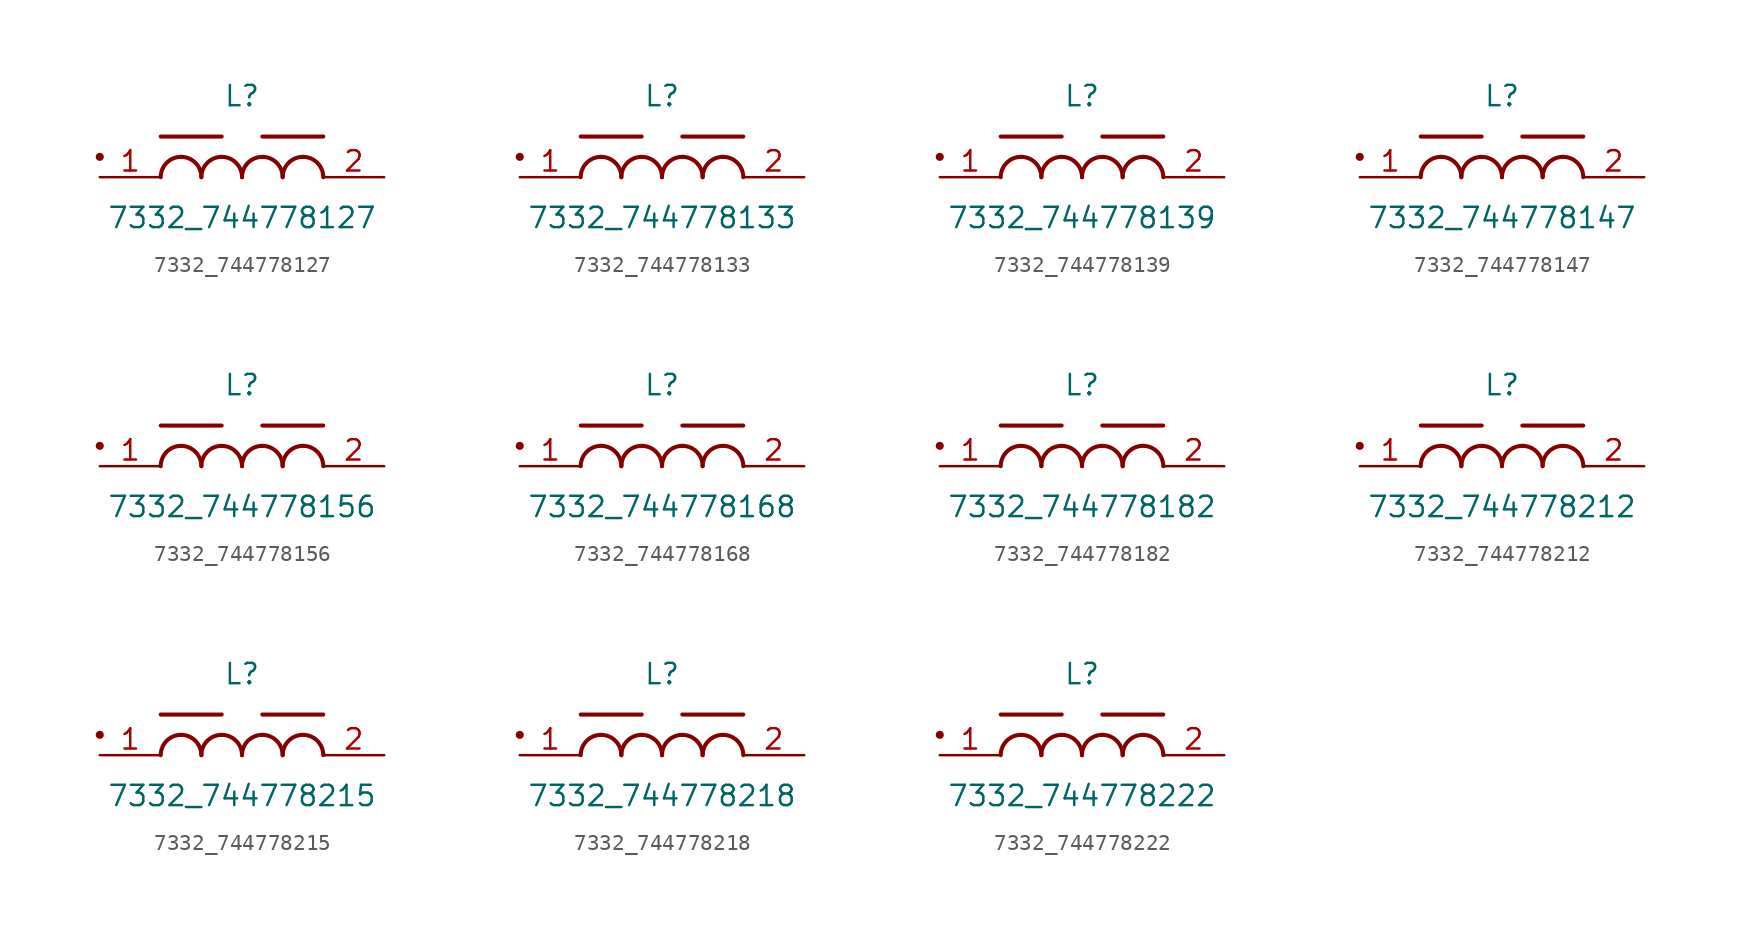
<source format=kicad_sym>
(kicad_symbol_lib
  (version 20211014)
  (generator kicad_symbol_editor)
  (symbol "Inductor_Wurth_WE-PD:7332_744778127"
    (pin_names hide)
    (property "Reference" "L"
      (at 0 5.08 0)
      (effects (font (size 1.27 1.27))))
    (property "Value" "7332_744778127"
      (at 0 -2.54 0)
      (effects (font (size 1.27 1.27))))
    (symbol "7332_744778127_0_1"
      (circle (center -8.89 1.27) (radius 0.0001) (stroke (width 0.254)) (stroke (width 0.254) (type default) (color 0 0 0 0)) (fill (type none)))
      (arc (start -3.81 1.27) (mid -4.708 0.898) (end -5.08 0) (stroke (width 0.254) (type default) (color 0 0 0 0)) (fill (type none)))
      (arc (start -2.54 0) (mid -2.912 0.898) (end -3.81 1.27) (stroke (width 0.254) (type default) (color 0 0 0 0)) (fill (type none)))
      (arc (start -1.2699 1.2701) (mid -2.1679 0.8981) (end -2.5399 0.0001) (stroke (width 0.254) (type default) (color 0 0 0 0)) (fill (type none)))
      (polyline (pts (xy -5.08 2.54) (xy -1.27 2.54)) (stroke (width 0.254) (type default) (color 0 0 0 0)) (fill (type none)))
      (polyline (pts (xy 5.08 2.54) (xy 1.27 2.54)) (stroke (width 0.254) (type default) (color 0 0 0 0)) (fill (type none)))
      (arc (start 0.0001 0.0001) (mid -0.3719 0.8981) (end -1.2699 1.2701) (stroke (width 0.254) (type default) (color 0 0 0 0)) (fill (type none)))
      (arc (start 1.2701 1.2701) (mid 0.3721 0.8981) (end 0.0001 0.0001) (stroke (width 0.254) (type default) (color 0 0 0 0)) (fill (type none)))
      (arc (start 2.5401 0.0001) (mid 2.1681 0.8981) (end 1.2701 1.2701) (stroke (width 0.254) (type default) (color 0 0 0 0)) (fill (type none)))
      (arc (start 3.8101 1.2701) (mid 2.9121 0.8981) (end 2.5401 0.0001) (stroke (width 0.254) (type default) (color 0 0 0 0)) (fill (type none)))
      (arc (start 5.0801 0.0001) (mid 4.7081 0.8981) (end 3.8101 1.2701) (stroke (width 0.254) (type default) (color 0 0 0 0)) (fill (type none))))
    (symbol "7332_744778127_1_1"
      (pin passive line (at -8.89 0 0) (length 3.81) (name "1" (effects (font (size 1.27 1.27)))) (number "1" (effects (font (size 1.27 1.27)))))
      (pin passive line (at 8.89 0 180) (length 3.81) (name "2" (effects (font (size 1.27 1.27)))) (number "2" (effects (font (size 1.27 1.27)))))))
  (symbol "Inductor_Wurth_WE-PD:7332_744778133"
    (pin_names hide)
    (property "Reference" "L"
      (at 0 5.08 0)
      (effects (font (size 1.27 1.27))))
    (property "Value" "7332_744778133"
      (at 0 -2.54 0)
      (effects (font (size 1.27 1.27))))
    (symbol "7332_744778133_0_1"
      (circle (center -8.89 1.27) (radius 0.0001) (stroke (width 0.254)) (stroke (width 0.254) (type default) (color 0 0 0 0)) (fill (type none)))
      (arc (start -3.81 1.27) (mid -4.708 0.898) (end -5.08 0) (stroke (width 0.254) (type default) (color 0 0 0 0)) (fill (type none)))
      (arc (start -2.54 0) (mid -2.912 0.898) (end -3.81 1.27) (stroke (width 0.254) (type default) (color 0 0 0 0)) (fill (type none)))
      (arc (start -1.2699 1.2701) (mid -2.1679 0.8981) (end -2.5399 0.0001) (stroke (width 0.254) (type default) (color 0 0 0 0)) (fill (type none)))
      (polyline (pts (xy -5.08 2.54) (xy -1.27 2.54)) (stroke (width 0.254) (type default) (color 0 0 0 0)) (fill (type none)))
      (polyline (pts (xy 5.08 2.54) (xy 1.27 2.54)) (stroke (width 0.254) (type default) (color 0 0 0 0)) (fill (type none)))
      (arc (start 0.0001 0.0001) (mid -0.3719 0.8981) (end -1.2699 1.2701) (stroke (width 0.254) (type default) (color 0 0 0 0)) (fill (type none)))
      (arc (start 1.2701 1.2701) (mid 0.3721 0.8981) (end 0.0001 0.0001) (stroke (width 0.254) (type default) (color 0 0 0 0)) (fill (type none)))
      (arc (start 2.5401 0.0001) (mid 2.1681 0.8981) (end 1.2701 1.2701) (stroke (width 0.254) (type default) (color 0 0 0 0)) (fill (type none)))
      (arc (start 3.8101 1.2701) (mid 2.9121 0.8981) (end 2.5401 0.0001) (stroke (width 0.254) (type default) (color 0 0 0 0)) (fill (type none)))
      (arc (start 5.0801 0.0001) (mid 4.7081 0.8981) (end 3.8101 1.2701) (stroke (width 0.254) (type default) (color 0 0 0 0)) (fill (type none))))
    (symbol "7332_744778133_1_1"
      (pin passive line (at -8.89 0 0) (length 3.81) (name "1" (effects (font (size 1.27 1.27)))) (number "1" (effects (font (size 1.27 1.27)))))
      (pin passive line (at 8.89 0 180) (length 3.81) (name "2" (effects (font (size 1.27 1.27)))) (number "2" (effects (font (size 1.27 1.27)))))))
  (symbol "Inductor_Wurth_WE-PD:7332_744778139"
    (pin_names hide)
    (property "Reference" "L"
      (at 0 5.08 0)
      (effects (font (size 1.27 1.27))))
    (property "Value" "7332_744778139"
      (at 0 -2.54 0)
      (effects (font (size 1.27 1.27))))
    (symbol "7332_744778139_0_1"
      (circle (center -8.89 1.27) (radius 0.0001) (stroke (width 0.254)) (stroke (width 0.254) (type default) (color 0 0 0 0)) (fill (type none)))
      (arc (start -3.81 1.27) (mid -4.708 0.898) (end -5.08 0) (stroke (width 0.254) (type default) (color 0 0 0 0)) (fill (type none)))
      (arc (start -2.54 0) (mid -2.912 0.898) (end -3.81 1.27) (stroke (width 0.254) (type default) (color 0 0 0 0)) (fill (type none)))
      (arc (start -1.2699 1.2701) (mid -2.1679 0.8981) (end -2.5399 0.0001) (stroke (width 0.254) (type default) (color 0 0 0 0)) (fill (type none)))
      (polyline (pts (xy -5.08 2.54) (xy -1.27 2.54)) (stroke (width 0.254) (type default) (color 0 0 0 0)) (fill (type none)))
      (polyline (pts (xy 5.08 2.54) (xy 1.27 2.54)) (stroke (width 0.254) (type default) (color 0 0 0 0)) (fill (type none)))
      (arc (start 0.0001 0.0001) (mid -0.3719 0.8981) (end -1.2699 1.2701) (stroke (width 0.254) (type default) (color 0 0 0 0)) (fill (type none)))
      (arc (start 1.2701 1.2701) (mid 0.3721 0.8981) (end 0.0001 0.0001) (stroke (width 0.254) (type default) (color 0 0 0 0)) (fill (type none)))
      (arc (start 2.5401 0.0001) (mid 2.1681 0.8981) (end 1.2701 1.2701) (stroke (width 0.254) (type default) (color 0 0 0 0)) (fill (type none)))
      (arc (start 3.8101 1.2701) (mid 2.9121 0.8981) (end 2.5401 0.0001) (stroke (width 0.254) (type default) (color 0 0 0 0)) (fill (type none)))
      (arc (start 5.0801 0.0001) (mid 4.7081 0.8981) (end 3.8101 1.2701) (stroke (width 0.254) (type default) (color 0 0 0 0)) (fill (type none))))
    (symbol "7332_744778139_1_1"
      (pin passive line (at -8.89 0 0) (length 3.81) (name "1" (effects (font (size 1.27 1.27)))) (number "1" (effects (font (size 1.27 1.27)))))
      (pin passive line (at 8.89 0 180) (length 3.81) (name "2" (effects (font (size 1.27 1.27)))) (number "2" (effects (font (size 1.27 1.27)))))))
  (symbol "Inductor_Wurth_WE-PD:7332_744778147"
    (pin_names hide)
    (property "Reference" "L"
      (at 0 5.08 0)
      (effects (font (size 1.27 1.27))))
    (property "Value" "7332_744778147"
      (at 0 -2.54 0)
      (effects (font (size 1.27 1.27))))
    (symbol "7332_744778147_0_1"
      (circle (center -8.89 1.27) (radius 0.0001) (stroke (width 0.254)) (stroke (width 0.254) (type default) (color 0 0 0 0)) (fill (type none)))
      (arc (start -3.81 1.27) (mid -4.708 0.898) (end -5.08 0) (stroke (width 0.254) (type default) (color 0 0 0 0)) (fill (type none)))
      (arc (start -2.54 0) (mid -2.912 0.898) (end -3.81 1.27) (stroke (width 0.254) (type default) (color 0 0 0 0)) (fill (type none)))
      (arc (start -1.2699 1.2701) (mid -2.1679 0.8981) (end -2.5399 0.0001) (stroke (width 0.254) (type default) (color 0 0 0 0)) (fill (type none)))
      (polyline (pts (xy -5.08 2.54) (xy -1.27 2.54)) (stroke (width 0.254) (type default) (color 0 0 0 0)) (fill (type none)))
      (polyline (pts (xy 5.08 2.54) (xy 1.27 2.54)) (stroke (width 0.254) (type default) (color 0 0 0 0)) (fill (type none)))
      (arc (start 0.0001 0.0001) (mid -0.3719 0.8981) (end -1.2699 1.2701) (stroke (width 0.254) (type default) (color 0 0 0 0)) (fill (type none)))
      (arc (start 1.2701 1.2701) (mid 0.3721 0.8981) (end 0.0001 0.0001) (stroke (width 0.254) (type default) (color 0 0 0 0)) (fill (type none)))
      (arc (start 2.5401 0.0001) (mid 2.1681 0.8981) (end 1.2701 1.2701) (stroke (width 0.254) (type default) (color 0 0 0 0)) (fill (type none)))
      (arc (start 3.8101 1.2701) (mid 2.9121 0.8981) (end 2.5401 0.0001) (stroke (width 0.254) (type default) (color 0 0 0 0)) (fill (type none)))
      (arc (start 5.0801 0.0001) (mid 4.7081 0.8981) (end 3.8101 1.2701) (stroke (width 0.254) (type default) (color 0 0 0 0)) (fill (type none))))
    (symbol "7332_744778147_1_1"
      (pin passive line (at -8.89 0 0) (length 3.81) (name "1" (effects (font (size 1.27 1.27)))) (number "1" (effects (font (size 1.27 1.27)))))
      (pin passive line (at 8.89 0 180) (length 3.81) (name "2" (effects (font (size 1.27 1.27)))) (number "2" (effects (font (size 1.27 1.27)))))))
  (symbol "Inductor_Wurth_WE-PD:7332_744778156"
    (pin_names hide)
    (property "Reference" "L"
      (at 0 5.08 0)
      (effects (font (size 1.27 1.27))))
    (property "Value" "7332_744778156"
      (at 0 -2.54 0)
      (effects (font (size 1.27 1.27))))
    (symbol "7332_744778156_0_1"
      (circle (center -8.89 1.27) (radius 0.0001) (stroke (width 0.254)) (stroke (width 0.254) (type default) (color 0 0 0 0)) (fill (type none)))
      (arc (start -3.81 1.27) (mid -4.708 0.898) (end -5.08 0) (stroke (width 0.254) (type default) (color 0 0 0 0)) (fill (type none)))
      (arc (start -2.54 0) (mid -2.912 0.898) (end -3.81 1.27) (stroke (width 0.254) (type default) (color 0 0 0 0)) (fill (type none)))
      (arc (start -1.2699 1.2701) (mid -2.1679 0.8981) (end -2.5399 0.0001) (stroke (width 0.254) (type default) (color 0 0 0 0)) (fill (type none)))
      (polyline (pts (xy -5.08 2.54) (xy -1.27 2.54)) (stroke (width 0.254) (type default) (color 0 0 0 0)) (fill (type none)))
      (polyline (pts (xy 5.08 2.54) (xy 1.27 2.54)) (stroke (width 0.254) (type default) (color 0 0 0 0)) (fill (type none)))
      (arc (start 0.0001 0.0001) (mid -0.3719 0.8981) (end -1.2699 1.2701) (stroke (width 0.254) (type default) (color 0 0 0 0)) (fill (type none)))
      (arc (start 1.2701 1.2701) (mid 0.3721 0.8981) (end 0.0001 0.0001) (stroke (width 0.254) (type default) (color 0 0 0 0)) (fill (type none)))
      (arc (start 2.5401 0.0001) (mid 2.1681 0.8981) (end 1.2701 1.2701) (stroke (width 0.254) (type default) (color 0 0 0 0)) (fill (type none)))
      (arc (start 3.8101 1.2701) (mid 2.9121 0.8981) (end 2.5401 0.0001) (stroke (width 0.254) (type default) (color 0 0 0 0)) (fill (type none)))
      (arc (start 5.0801 0.0001) (mid 4.7081 0.8981) (end 3.8101 1.2701) (stroke (width 0.254) (type default) (color 0 0 0 0)) (fill (type none))))
    (symbol "7332_744778156_1_1"
      (pin passive line (at -8.89 0 0) (length 3.81) (name "1" (effects (font (size 1.27 1.27)))) (number "1" (effects (font (size 1.27 1.27)))))
      (pin passive line (at 8.89 0 180) (length 3.81) (name "2" (effects (font (size 1.27 1.27)))) (number "2" (effects (font (size 1.27 1.27)))))))
  (symbol "Inductor_Wurth_WE-PD:7332_744778168"
    (pin_names hide)
    (property "Reference" "L"
      (at 0 5.08 0)
      (effects (font (size 1.27 1.27))))
    (property "Value" "7332_744778168"
      (at 0 -2.54 0)
      (effects (font (size 1.27 1.27))))
    (symbol "7332_744778168_0_1"
      (circle (center -8.89 1.27) (radius 0.0001) (stroke (width 0.254)) (stroke (width 0.254) (type default) (color 0 0 0 0)) (fill (type none)))
      (arc (start -3.81 1.27) (mid -4.708 0.898) (end -5.08 0) (stroke (width 0.254) (type default) (color 0 0 0 0)) (fill (type none)))
      (arc (start -2.54 0) (mid -2.912 0.898) (end -3.81 1.27) (stroke (width 0.254) (type default) (color 0 0 0 0)) (fill (type none)))
      (arc (start -1.2699 1.2701) (mid -2.1679 0.8981) (end -2.5399 0.0001) (stroke (width 0.254) (type default) (color 0 0 0 0)) (fill (type none)))
      (polyline (pts (xy -5.08 2.54) (xy -1.27 2.54)) (stroke (width 0.254) (type default) (color 0 0 0 0)) (fill (type none)))
      (polyline (pts (xy 5.08 2.54) (xy 1.27 2.54)) (stroke (width 0.254) (type default) (color 0 0 0 0)) (fill (type none)))
      (arc (start 0.0001 0.0001) (mid -0.3719 0.8981) (end -1.2699 1.2701) (stroke (width 0.254) (type default) (color 0 0 0 0)) (fill (type none)))
      (arc (start 1.2701 1.2701) (mid 0.3721 0.8981) (end 0.0001 0.0001) (stroke (width 0.254) (type default) (color 0 0 0 0)) (fill (type none)))
      (arc (start 2.5401 0.0001) (mid 2.1681 0.8981) (end 1.2701 1.2701) (stroke (width 0.254) (type default) (color 0 0 0 0)) (fill (type none)))
      (arc (start 3.8101 1.2701) (mid 2.9121 0.8981) (end 2.5401 0.0001) (stroke (width 0.254) (type default) (color 0 0 0 0)) (fill (type none)))
      (arc (start 5.0801 0.0001) (mid 4.7081 0.8981) (end 3.8101 1.2701) (stroke (width 0.254) (type default) (color 0 0 0 0)) (fill (type none))))
    (symbol "7332_744778168_1_1"
      (pin passive line (at -8.89 0 0) (length 3.81) (name "1" (effects (font (size 1.27 1.27)))) (number "1" (effects (font (size 1.27 1.27)))))
      (pin passive line (at 8.89 0 180) (length 3.81) (name "2" (effects (font (size 1.27 1.27)))) (number "2" (effects (font (size 1.27 1.27)))))))
  (symbol "Inductor_Wurth_WE-PD:7332_744778182"
    (pin_names hide)
    (property "Reference" "L"
      (at 0 5.08 0)
      (effects (font (size 1.27 1.27))))
    (property "Value" "7332_744778182"
      (at 0 -2.54 0)
      (effects (font (size 1.27 1.27))))
    (symbol "7332_744778182_0_1"
      (circle (center -8.89 1.27) (radius 0.0001) (stroke (width 0.254)) (stroke (width 0.254) (type default) (color 0 0 0 0)) (fill (type none)))
      (arc (start -3.81 1.27) (mid -4.708 0.898) (end -5.08 0) (stroke (width 0.254) (type default) (color 0 0 0 0)) (fill (type none)))
      (arc (start -2.54 0) (mid -2.912 0.898) (end -3.81 1.27) (stroke (width 0.254) (type default) (color 0 0 0 0)) (fill (type none)))
      (arc (start -1.2699 1.2701) (mid -2.1679 0.8981) (end -2.5399 0.0001) (stroke (width 0.254) (type default) (color 0 0 0 0)) (fill (type none)))
      (polyline (pts (xy -5.08 2.54) (xy -1.27 2.54)) (stroke (width 0.254) (type default) (color 0 0 0 0)) (fill (type none)))
      (polyline (pts (xy 5.08 2.54) (xy 1.27 2.54)) (stroke (width 0.254) (type default) (color 0 0 0 0)) (fill (type none)))
      (arc (start 0.0001 0.0001) (mid -0.3719 0.8981) (end -1.2699 1.2701) (stroke (width 0.254) (type default) (color 0 0 0 0)) (fill (type none)))
      (arc (start 1.2701 1.2701) (mid 0.3721 0.8981) (end 0.0001 0.0001) (stroke (width 0.254) (type default) (color 0 0 0 0)) (fill (type none)))
      (arc (start 2.5401 0.0001) (mid 2.1681 0.8981) (end 1.2701 1.2701) (stroke (width 0.254) (type default) (color 0 0 0 0)) (fill (type none)))
      (arc (start 3.8101 1.2701) (mid 2.9121 0.8981) (end 2.5401 0.0001) (stroke (width 0.254) (type default) (color 0 0 0 0)) (fill (type none)))
      (arc (start 5.0801 0.0001) (mid 4.7081 0.8981) (end 3.8101 1.2701) (stroke (width 0.254) (type default) (color 0 0 0 0)) (fill (type none))))
    (symbol "7332_744778182_1_1"
      (pin passive line (at -8.89 0 0) (length 3.81) (name "1" (effects (font (size 1.27 1.27)))) (number "1" (effects (font (size 1.27 1.27)))))
      (pin passive line (at 8.89 0 180) (length 3.81) (name "2" (effects (font (size 1.27 1.27)))) (number "2" (effects (font (size 1.27 1.27)))))))
  (symbol "Inductor_Wurth_WE-PD:7332_744778212"
    (pin_names hide)
    (property "Reference" "L"
      (at 0 5.08 0)
      (effects (font (size 1.27 1.27))))
    (property "Value" "7332_744778212"
      (at 0 -2.54 0)
      (effects (font (size 1.27 1.27))))
    (symbol "7332_744778212_0_1"
      (circle (center -8.89 1.27) (radius 0.0001) (stroke (width 0.254)) (stroke (width 0.254) (type default) (color 0 0 0 0)) (fill (type none)))
      (arc (start -3.81 1.27) (mid -4.708 0.898) (end -5.08 0) (stroke (width 0.254) (type default) (color 0 0 0 0)) (fill (type none)))
      (arc (start -2.54 0) (mid -2.912 0.898) (end -3.81 1.27) (stroke (width 0.254) (type default) (color 0 0 0 0)) (fill (type none)))
      (arc (start -1.2699 1.2701) (mid -2.1679 0.8981) (end -2.5399 0.0001) (stroke (width 0.254) (type default) (color 0 0 0 0)) (fill (type none)))
      (polyline (pts (xy -5.08 2.54) (xy -1.27 2.54)) (stroke (width 0.254) (type default) (color 0 0 0 0)) (fill (type none)))
      (polyline (pts (xy 5.08 2.54) (xy 1.27 2.54)) (stroke (width 0.254) (type default) (color 0 0 0 0)) (fill (type none)))
      (arc (start 0.0001 0.0001) (mid -0.3719 0.8981) (end -1.2699 1.2701) (stroke (width 0.254) (type default) (color 0 0 0 0)) (fill (type none)))
      (arc (start 1.2701 1.2701) (mid 0.3721 0.8981) (end 0.0001 0.0001) (stroke (width 0.254) (type default) (color 0 0 0 0)) (fill (type none)))
      (arc (start 2.5401 0.0001) (mid 2.1681 0.8981) (end 1.2701 1.2701) (stroke (width 0.254) (type default) (color 0 0 0 0)) (fill (type none)))
      (arc (start 3.8101 1.2701) (mid 2.9121 0.8981) (end 2.5401 0.0001) (stroke (width 0.254) (type default) (color 0 0 0 0)) (fill (type none)))
      (arc (start 5.0801 0.0001) (mid 4.7081 0.8981) (end 3.8101 1.2701) (stroke (width 0.254) (type default) (color 0 0 0 0)) (fill (type none))))
    (symbol "7332_744778212_1_1"
      (pin passive line (at -8.89 0 0) (length 3.81) (name "1" (effects (font (size 1.27 1.27)))) (number "1" (effects (font (size 1.27 1.27)))))
      (pin passive line (at 8.89 0 180) (length 3.81) (name "2" (effects (font (size 1.27 1.27)))) (number "2" (effects (font (size 1.27 1.27)))))))
  (symbol "Inductor_Wurth_WE-PD:7332_744778215"
    (pin_names hide)
    (property "Reference" "L"
      (at 0 5.08 0)
      (effects (font (size 1.27 1.27))))
    (property "Value" "7332_744778215"
      (at 0 -2.54 0)
      (effects (font (size 1.27 1.27))))
    (symbol "7332_744778215_0_1"
      (circle (center -8.89 1.27) (radius 0.0001) (stroke (width 0.254)) (stroke (width 0.254) (type default) (color 0 0 0 0)) (fill (type none)))
      (arc (start -3.81 1.27) (mid -4.708 0.898) (end -5.08 0) (stroke (width 0.254) (type default) (color 0 0 0 0)) (fill (type none)))
      (arc (start -2.54 0) (mid -2.912 0.898) (end -3.81 1.27) (stroke (width 0.254) (type default) (color 0 0 0 0)) (fill (type none)))
      (arc (start -1.2699 1.2701) (mid -2.1679 0.8981) (end -2.5399 0.0001) (stroke (width 0.254) (type default) (color 0 0 0 0)) (fill (type none)))
      (polyline (pts (xy -5.08 2.54) (xy -1.27 2.54)) (stroke (width 0.254) (type default) (color 0 0 0 0)) (fill (type none)))
      (polyline (pts (xy 5.08 2.54) (xy 1.27 2.54)) (stroke (width 0.254) (type default) (color 0 0 0 0)) (fill (type none)))
      (arc (start 0.0001 0.0001) (mid -0.3719 0.8981) (end -1.2699 1.2701) (stroke (width 0.254) (type default) (color 0 0 0 0)) (fill (type none)))
      (arc (start 1.2701 1.2701) (mid 0.3721 0.8981) (end 0.0001 0.0001) (stroke (width 0.254) (type default) (color 0 0 0 0)) (fill (type none)))
      (arc (start 2.5401 0.0001) (mid 2.1681 0.8981) (end 1.2701 1.2701) (stroke (width 0.254) (type default) (color 0 0 0 0)) (fill (type none)))
      (arc (start 3.8101 1.2701) (mid 2.9121 0.8981) (end 2.5401 0.0001) (stroke (width 0.254) (type default) (color 0 0 0 0)) (fill (type none)))
      (arc (start 5.0801 0.0001) (mid 4.7081 0.8981) (end 3.8101 1.2701) (stroke (width 0.254) (type default) (color 0 0 0 0)) (fill (type none))))
    (symbol "7332_744778215_1_1"
      (pin passive line (at -8.89 0 0) (length 3.81) (name "1" (effects (font (size 1.27 1.27)))) (number "1" (effects (font (size 1.27 1.27)))))
      (pin passive line (at 8.89 0 180) (length 3.81) (name "2" (effects (font (size 1.27 1.27)))) (number "2" (effects (font (size 1.27 1.27)))))))
  (symbol "Inductor_Wurth_WE-PD:7332_744778218"
    (pin_names hide)
    (property "Reference" "L"
      (at 0 5.08 0)
      (effects (font (size 1.27 1.27))))
    (property "Value" "7332_744778218"
      (at 0 -2.54 0)
      (effects (font (size 1.27 1.27))))
    (symbol "7332_744778218_0_1"
      (circle (center -8.89 1.27) (radius 0.0001) (stroke (width 0.254)) (stroke (width 0.254) (type default) (color 0 0 0 0)) (fill (type none)))
      (arc (start -3.81 1.27) (mid -4.708 0.898) (end -5.08 0) (stroke (width 0.254) (type default) (color 0 0 0 0)) (fill (type none)))
      (arc (start -2.54 0) (mid -2.912 0.898) (end -3.81 1.27) (stroke (width 0.254) (type default) (color 0 0 0 0)) (fill (type none)))
      (arc (start -1.2699 1.2701) (mid -2.1679 0.8981) (end -2.5399 0.0001) (stroke (width 0.254) (type default) (color 0 0 0 0)) (fill (type none)))
      (polyline (pts (xy -5.08 2.54) (xy -1.27 2.54)) (stroke (width 0.254) (type default) (color 0 0 0 0)) (fill (type none)))
      (polyline (pts (xy 5.08 2.54) (xy 1.27 2.54)) (stroke (width 0.254) (type default) (color 0 0 0 0)) (fill (type none)))
      (arc (start 0.0001 0.0001) (mid -0.3719 0.8981) (end -1.2699 1.2701) (stroke (width 0.254) (type default) (color 0 0 0 0)) (fill (type none)))
      (arc (start 1.2701 1.2701) (mid 0.3721 0.8981) (end 0.0001 0.0001) (stroke (width 0.254) (type default) (color 0 0 0 0)) (fill (type none)))
      (arc (start 2.5401 0.0001) (mid 2.1681 0.8981) (end 1.2701 1.2701) (stroke (width 0.254) (type default) (color 0 0 0 0)) (fill (type none)))
      (arc (start 3.8101 1.2701) (mid 2.9121 0.8981) (end 2.5401 0.0001) (stroke (width 0.254) (type default) (color 0 0 0 0)) (fill (type none)))
      (arc (start 5.0801 0.0001) (mid 4.7081 0.8981) (end 3.8101 1.2701) (stroke (width 0.254) (type default) (color 0 0 0 0)) (fill (type none))))
    (symbol "7332_744778218_1_1"
      (pin passive line (at -8.89 0 0) (length 3.81) (name "1" (effects (font (size 1.27 1.27)))) (number "1" (effects (font (size 1.27 1.27)))))
      (pin passive line (at 8.89 0 180) (length 3.81) (name "2" (effects (font (size 1.27 1.27)))) (number "2" (effects (font (size 1.27 1.27)))))))
  (symbol "Inductor_Wurth_WE-PD:7332_744778222"
    (pin_names hide)
    (property "Reference" "L"
      (at 0 5.08 0)
      (effects (font (size 1.27 1.27))))
    (property "Value" "7332_744778222"
      (at 0 -2.54 0)
      (effects (font (size 1.27 1.27))))
    (symbol "7332_744778222_0_1"
      (circle (center -8.89 1.27) (radius 0.0001) (stroke (width 0.254)) (stroke (width 0.254) (type default) (color 0 0 0 0)) (fill (type none)))
      (arc (start -3.81 1.27) (mid -4.708 0.898) (end -5.08 0) (stroke (width 0.254) (type default) (color 0 0 0 0)) (fill (type none)))
      (arc (start -2.54 0) (mid -2.912 0.898) (end -3.81 1.27) (stroke (width 0.254) (type default) (color 0 0 0 0)) (fill (type none)))
      (arc (start -1.2699 1.2701) (mid -2.1679 0.8981) (end -2.5399 0.0001) (stroke (width 0.254) (type default) (color 0 0 0 0)) (fill (type none)))
      (polyline (pts (xy -5.08 2.54) (xy -1.27 2.54)) (stroke (width 0.254) (type default) (color 0 0 0 0)) (fill (type none)))
      (polyline (pts (xy 5.08 2.54) (xy 1.27 2.54)) (stroke (width 0.254) (type default) (color 0 0 0 0)) (fill (type none)))
      (arc (start 0.0001 0.0001) (mid -0.3719 0.8981) (end -1.2699 1.2701) (stroke (width 0.254) (type default) (color 0 0 0 0)) (fill (type none)))
      (arc (start 1.2701 1.2701) (mid 0.3721 0.8981) (end 0.0001 0.0001) (stroke (width 0.254) (type default) (color 0 0 0 0)) (fill (type none)))
      (arc (start 2.5401 0.0001) (mid 2.1681 0.8981) (end 1.2701 1.2701) (stroke (width 0.254) (type default) (color 0 0 0 0)) (fill (type none)))
      (arc (start 3.8101 1.2701) (mid 2.9121 0.8981) (end 2.5401 0.0001) (stroke (width 0.254) (type default) (color 0 0 0 0)) (fill (type none)))
      (arc (start 5.0801 0.0001) (mid 4.7081 0.8981) (end 3.8101 1.2701) (stroke (width 0.254) (type default) (color 0 0 0 0)) (fill (type none))))
    (symbol "7332_744778222_1_1"
      (pin passive line (at -8.89 0 0) (length 3.81) (name "1" (effects (font (size 1.27 1.27)))) (number "1" (effects (font (size 1.27 1.27)))))
      (pin passive line (at 8.89 0 180) (length 3.81) (name "2" (effects (font (size 1.27 1.27)))) (number "2" (effects (font (size 1.27 1.27))))))))
</source>
